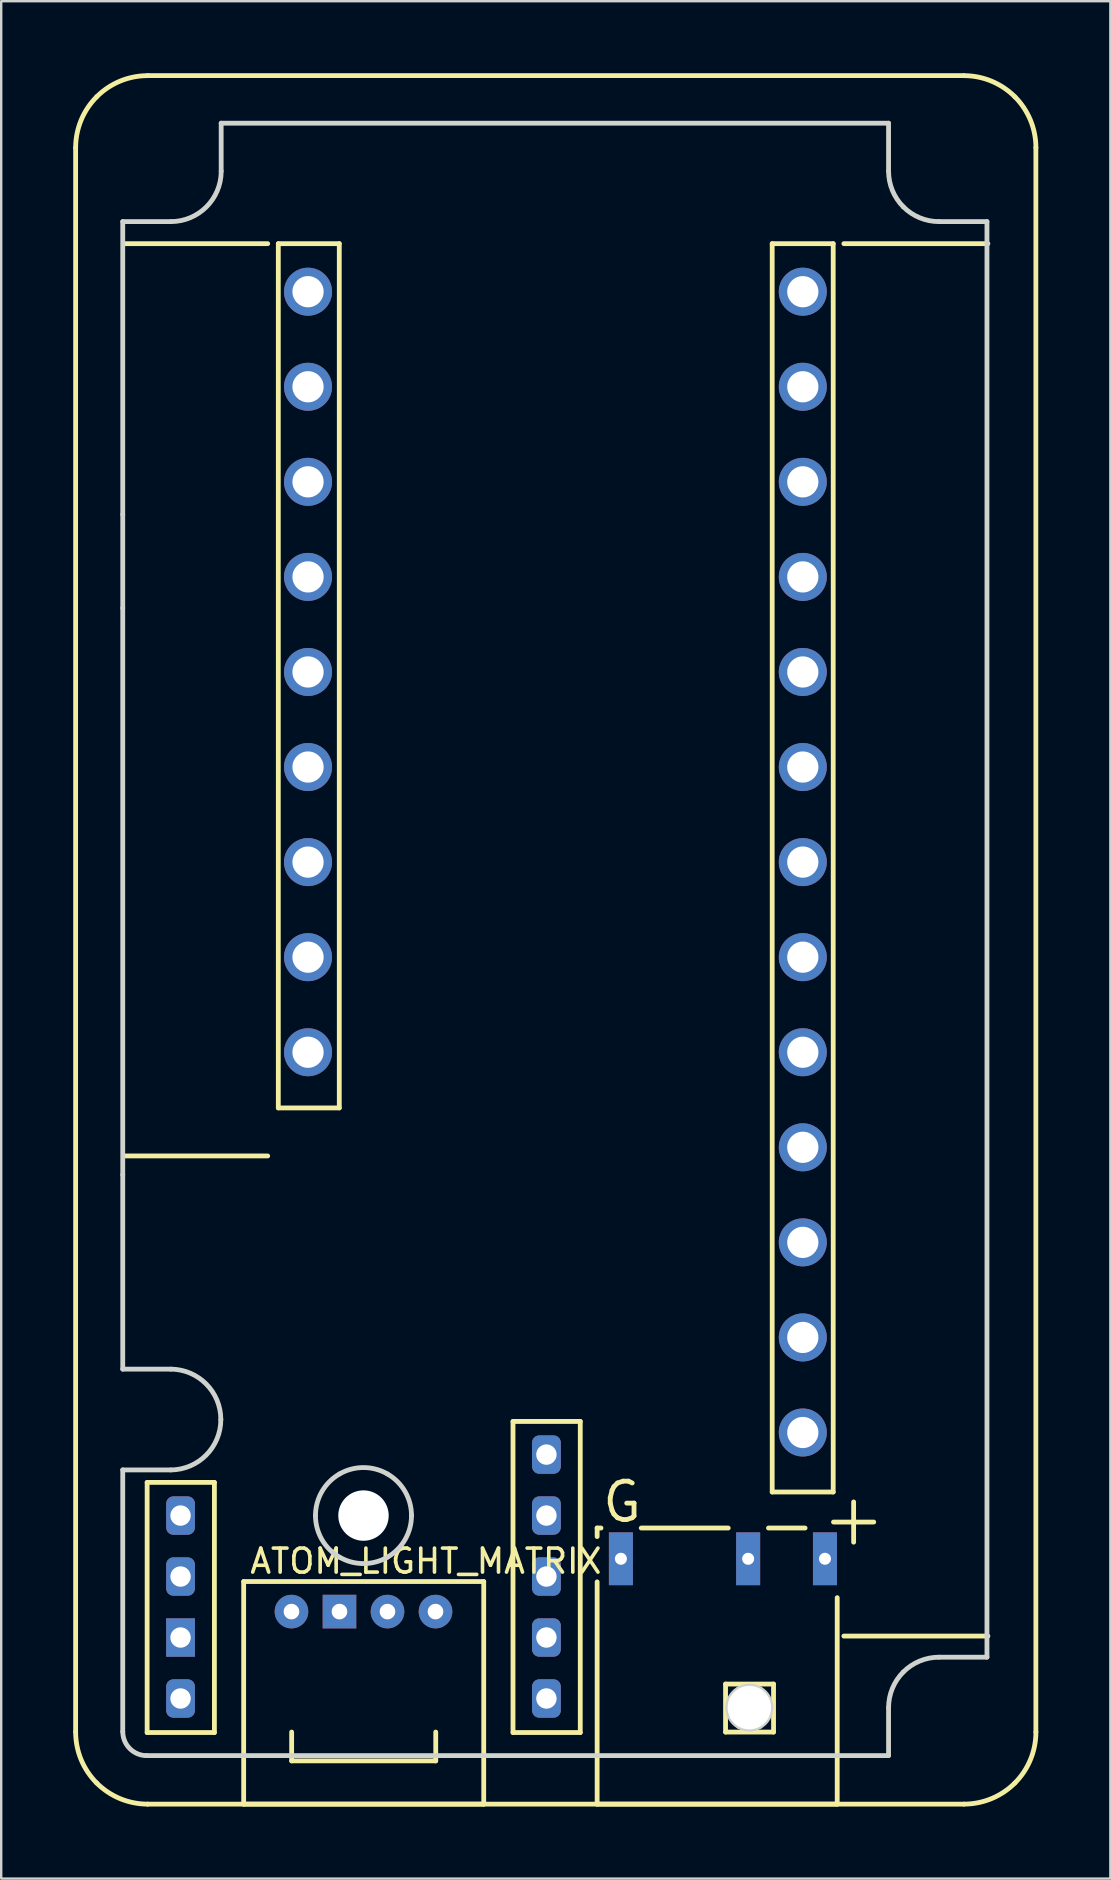
<source format=kicad_pcb>
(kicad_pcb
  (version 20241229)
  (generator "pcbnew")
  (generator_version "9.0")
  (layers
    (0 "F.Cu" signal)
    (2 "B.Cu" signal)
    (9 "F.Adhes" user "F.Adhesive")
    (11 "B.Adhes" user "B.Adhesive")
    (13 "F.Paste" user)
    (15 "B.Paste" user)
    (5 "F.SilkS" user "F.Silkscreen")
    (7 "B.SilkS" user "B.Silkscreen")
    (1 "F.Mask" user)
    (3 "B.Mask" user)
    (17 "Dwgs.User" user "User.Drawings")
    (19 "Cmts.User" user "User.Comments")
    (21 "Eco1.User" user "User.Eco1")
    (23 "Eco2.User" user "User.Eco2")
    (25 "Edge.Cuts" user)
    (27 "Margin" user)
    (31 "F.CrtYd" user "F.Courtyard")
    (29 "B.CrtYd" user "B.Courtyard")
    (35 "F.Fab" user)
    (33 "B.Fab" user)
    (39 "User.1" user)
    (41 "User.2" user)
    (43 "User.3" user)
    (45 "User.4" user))
  (footprint "ATOM_LIGHT_MATRIX"
    (layer "F.Cu")
    (at 4.471 67.701)
    (property "Reference" "ATOM_LIGHT_MATRIX" (at 10.22 -5.72 0) (layer "F.SilkS") (effects (font (size 1 1) (thickness 0.15))))
    (attr through_hole)
    (fp_line (start -4.371 1.398) (end -4.371 -64.601) (stroke (width 0.2) (type solid)) (layer "F.SilkS"))
    (fp_line (start -2.37 -60.601) (end 3.63 -60.601) (stroke (width 0.2) (type solid)) (layer "F.SilkS"))
    (fp_line (start -2.37 -22.6) (end 3.63 -22.6) (stroke (width 0.2) (type solid)) (layer "F.SilkS"))
    (fp_line (start -1.392 -9.001) (end 1.41 -9.001) (stroke (width 0.2) (type solid)) (layer "F.SilkS"))
    (fp_line (start -1.392 1.418) (end -1.392 -9.001) (stroke (width 0.2) (type solid)) (layer "F.SilkS"))
    (fp_line (start -1.392 1.418) (end 1.41 1.418) (stroke (width 0.2) (type solid)) (layer "F.SilkS"))
    (fp_line (start -1.372 -67.601) (end 32.629 -67.601) (stroke (width 0.2) (type solid)) (layer "F.SilkS"))
    (fp_line (start -1.372 4.4) (end 32.629 4.4) (stroke (width 0.2) (type solid)) (layer "F.SilkS"))
    (fp_line (start 1.41 1.418) (end 1.41 -9.001) (stroke (width 0.2) (type solid)) (layer "F.SilkS"))
    (fp_line (start 2.629 -4.871) (end 12.629 -4.871) (stroke (width 0.2) (type solid)) (layer "F.SilkS"))
    (fp_line (start 2.629 4.4) (end 2.629 -4.871) (stroke (width 0.2) (type solid)) (layer "F.SilkS"))
    (fp_line (start 2.629 4.4) (end 12.629 4.4) (stroke (width 0.2) (type solid)) (layer "F.SilkS"))
    (fp_line (start 4.072 -60.601) (end 6.612 -60.601) (stroke (width 0.2) (type solid)) (layer "F.SilkS"))
    (fp_line (start 4.072 -24.601) (end 4.072 -60.601) (stroke (width 0.2) (type solid)) (layer "F.SilkS"))
    (fp_line (start 4.072 -24.601) (end 6.612 -24.601) (stroke (width 0.2) (type solid)) (layer "F.SilkS"))
    (fp_line (start 4.628 2.599) (end 4.628 1.398) (stroke (width 0.2) (type solid)) (layer "F.SilkS"))
    (fp_line (start 4.628 2.599) (end 10.63 2.599) (stroke (width 0.2) (type solid)) (layer "F.SilkS"))
    (fp_line (start 6.612 -24.601) (end 6.612 -60.601) (stroke (width 0.2) (type solid)) (layer "F.SilkS"))
    (fp_line (start 10.63 1.398) (end 10.63 2.599) (stroke (width 0.2) (type solid)) (layer "F.SilkS"))
    (fp_line (start 12.629 -4.871) (end 12.629 4.4) (stroke (width 0.2) (type solid)) (layer "F.SilkS"))
    (fp_line (start 13.848 -11.541) (end 16.65 -11.541) (stroke (width 0.2) (type solid)) (layer "F.SilkS"))
    (fp_line (start 13.848 1.418) (end 13.848 -11.541) (stroke (width 0.2) (type solid)) (layer "F.SilkS"))
    (fp_line (start 13.848 1.418) (end 16.65 1.418) (stroke (width 0.2) (type solid)) (layer "F.SilkS"))
    (fp_line (start 16.65 1.418) (end 16.65 -11.541) (stroke (width 0.2) (type solid)) (layer "F.SilkS"))
    (fp_line (start 17.353 -7.101) (end 17.513 -7.101) (stroke (width 0.2) (type solid)) (layer "F.SilkS"))
    (fp_line (start 17.353 -6.745) (end 17.353 -7.101) (stroke (width 0.2) (type solid)) (layer "F.SilkS"))
    (fp_line (start 17.353 4.4) (end 17.353 -4.858) (stroke (width 0.2) (type solid)) (layer "F.SilkS"))
    (fp_line (start 17.353 4.4) (end 27.353 4.4) (stroke (width 0.2) (type solid)) (layer "F.SilkS"))
    (fp_line (start 17.898 -8.367) (end 17.898 -8.139) (stroke (width 0.2) (type solid)) (layer "F.SilkS"))
    (fp_line (start 17.898 -8.139) (end 17.975 -7.834) (stroke (width 0.2) (type solid)) (layer "F.SilkS"))
    (fp_line (start 17.975 -8.672) (end 17.898 -8.367) (stroke (width 0.2) (type solid)) (layer "F.SilkS"))
    (fp_line (start 17.975 -7.834) (end 18.051 -7.681) (stroke (width 0.2) (type solid)) (layer "F.SilkS"))
    (fp_line (start 18.051 -8.824) (end 17.975 -8.672) (stroke (width 0.2) (type solid)) (layer "F.SilkS"))
    (fp_line (start 18.051 -7.681) (end 18.203 -7.529) (stroke (width 0.2) (type solid)) (layer "F.SilkS"))
    (fp_line (start 18.203 -8.977) (end 18.051 -8.824) (stroke (width 0.2) (type solid)) (layer "F.SilkS"))
    (fp_line (start 18.203 -7.529) (end 18.432 -7.453) (stroke (width 0.2) (type solid)) (layer "F.SilkS"))
    (fp_line (start 18.432 -9.053) (end 18.203 -8.977) (stroke (width 0.2) (type solid)) (layer "F.SilkS"))
    (fp_line (start 18.432 -7.453) (end 18.584 -7.453) (stroke (width 0.2) (type solid)) (layer "F.SilkS"))
    (fp_line (start 18.584 -7.453) (end 18.813 -7.529) (stroke (width 0.2) (type solid)) (layer "F.SilkS"))
    (fp_line (start 18.66 -9.053) (end 18.432 -9.053) (stroke (width 0.2) (type solid)) (layer "F.SilkS"))
    (fp_line (start 18.813 -8.977) (end 18.66 -9.053) (stroke (width 0.2) (type solid)) (layer "F.SilkS"))
    (fp_line (start 18.813 -7.529) (end 18.889 -7.605) (stroke (width 0.2) (type solid)) (layer "F.SilkS"))
    (fp_line (start 18.889 -8.139) (end 18.584 -8.139) (stroke (width 0.2) (type solid)) (layer "F.SilkS"))
    (fp_line (start 18.889 -7.605) (end 18.889 -8.139) (stroke (width 0.2) (type solid)) (layer "F.SilkS"))
    (fp_line (start 19.19 -7.101) (end 22.814 -7.101) (stroke (width 0.2) (type solid)) (layer "F.SilkS"))
    (fp_line (start 22.702 -0.601) (end 24.701 -0.601) (stroke (width 0.2) (type solid)) (layer "F.SilkS"))
    (fp_line (start 22.702 1.398) (end 22.702 -0.601) (stroke (width 0.2) (type solid)) (layer "F.SilkS"))
    (fp_line (start 22.702 1.398) (end 24.701 1.398) (stroke (width 0.2) (type solid)) (layer "F.SilkS"))
    (fp_line (start 24.491 -7.101) (end 26.015 -7.101) (stroke (width 0.2) (type solid)) (layer "F.SilkS"))
    (fp_line (start 24.645 -60.601) (end 27.186 -60.601) (stroke (width 0.2) (type solid)) (layer "F.SilkS"))
    (fp_line (start 24.645 -8.602) (end 24.645 -60.601) (stroke (width 0.2) (type solid)) (layer "F.SilkS"))
    (fp_line (start 24.645 -8.602) (end 27.186 -8.602) (stroke (width 0.2) (type solid)) (layer "F.SilkS"))
    (fp_line (start 24.701 1.398) (end 24.701 -0.601) (stroke (width 0.2) (type solid)) (layer "F.SilkS"))
    (fp_line (start 27.186 -8.602) (end 27.186 -60.601) (stroke (width 0.2) (type solid)) (layer "F.SilkS"))
    (fp_line (start 27.198 -7.35) (end 28.875 -7.35) (stroke (width 0.2) (type solid)) (layer "F.SilkS"))
    (fp_line (start 27.353 4.4) (end 27.353 -4.2) (stroke (width 0.2) (type solid)) (layer "F.SilkS"))
    (fp_line (start 27.63 -60.601) (end 33.629 -60.601) (stroke (width 0.2) (type solid)) (layer "F.SilkS"))
    (fp_line (start 27.63 -2.6) (end 33.629 -2.6) (stroke (width 0.2) (type solid)) (layer "F.SilkS"))
    (fp_line (start 28.037 -6.511) (end 28.037 -8.188) (stroke (width 0.2) (type solid)) (layer "F.SilkS"))
    (fp_line (start 35.628 1.398) (end 35.628 -64.601) (stroke (width 0.2) (type solid)) (layer "F.SilkS"))
    (fp_curve (pts (xy -4.37 1.401) (xy -4.37 2.196) (xy -4.054 2.959) (xy -3.491 3.522)) (stroke (width 0.2) (type solid)) (layer "F.SilkS"))
    (fp_curve (pts (xy -3.491 -66.721) (xy -4.054 -66.158) (xy -4.37 -65.395) (xy -4.37 -64.6)) (stroke (width 0.2) (type solid)) (layer "F.SilkS"))
    (fp_curve (pts (xy -3.491 3.522) (xy -2.929 4.084) (xy -2.166 4.4) (xy -1.37 4.4)) (stroke (width 0.2) (type solid)) (layer "F.SilkS"))
    (fp_curve (pts (xy -1.37 -67.6) (xy -2.166 -67.6) (xy -2.929 -67.284) (xy -3.491 -66.721)) (stroke (width 0.2) (type solid)) (layer "F.SilkS"))
    (fp_curve (pts (xy 32.63 4.4) (xy 33.426 4.4) (xy 34.189 4.084) (xy 34.752 3.522)) (stroke (width 0.2) (type solid)) (layer "F.SilkS"))
    (fp_curve (pts (xy 34.752 -66.721) (xy 34.189 -67.284) (xy 33.426 -67.6) (xy 32.63 -67.6)) (stroke (width 0.2) (type solid)) (layer "F.SilkS"))
    (fp_curve (pts (xy 34.752 3.522) (xy 35.314 2.959) (xy 35.63 2.196) (xy 35.63 1.401)) (stroke (width 0.2) (type solid)) (layer "F.SilkS"))
    (fp_curve (pts (xy 35.63 -64.6) (xy 35.63 -65.395) (xy 35.314 -66.158) (xy 34.752 -66.721)) (stroke (width 0.2) (type solid)) (layer "F.SilkS"))
    (fp_line (start -2.408 -61.521) (end -0.409 -61.521) (stroke (width 0.2) (type solid)) (layer "Edge.Cuts"))
    (fp_line (start -2.408 -49.321) (end -2.408 -61.521) (stroke (width 0.2) (type solid)) (layer "Edge.Cuts"))
    (fp_line (start -2.408 -45.422) (end -2.408 -49.321) (stroke (width 0.2) (type solid)) (layer "Edge.Cuts"))
    (fp_line (start -2.408 -21.82) (end -2.408 -45.422) (stroke (width 0.2) (type solid)) (layer "Edge.Cuts"))
    (fp_line (start -2.408 -13.72) (end -2.408 -21.82) (stroke (width 0.2) (type solid)) (layer "Edge.Cuts"))
    (fp_line (start -2.408 -13.72) (end -0.409 -13.72) (stroke (width 0.2) (type solid)) (layer "Edge.Cuts"))
    (fp_line (start -2.408 -9.522) (end -0.409 -9.522) (stroke (width 0.2) (type solid)) (layer "Edge.Cuts"))
    (fp_line (start -2.408 1.377) (end -2.408 -9.522) (stroke (width 0.2) (type solid)) (layer "Edge.Cuts"))
    (fp_line (start -1.407 2.378) (end 29.492 2.378) (stroke (width 0.2) (type solid)) (layer "Edge.Cuts"))
    (fp_line (start 1.692 -65.62) (end 29.492 -65.62) (stroke (width 0.2) (type solid)) (layer "Edge.Cuts"))
    (fp_line (start 1.692 -63.621) (end 1.692 -65.62) (stroke (width 0.2) (type solid)) (layer "Edge.Cuts"))
    (fp_line (start 9.62 -7.62) (end 9.62 -7.62) (stroke (width 0.2) (type solid)) (layer "Edge.Cuts"))
    (fp_line (start 24.593 0.38) (end 24.593 0.38) (stroke (width 0.2) (type solid)) (layer "Edge.Cuts"))
    (fp_line (start 29.492 -63.621) (end 29.492 -65.62) (stroke (width 0.2) (type solid)) (layer "Edge.Cuts"))
    (fp_line (start 29.492 2.378) (end 29.492 0.379) (stroke (width 0.2) (type solid)) (layer "Edge.Cuts"))
    (fp_line (start 31.593 -61.521) (end 33.591 -61.521) (stroke (width 0.2) (type solid)) (layer "Edge.Cuts"))
    (fp_line (start 31.593 -1.721) (end 33.591 -1.721) (stroke (width 0.2) (type solid)) (layer "Edge.Cuts"))
    (fp_line (start 33.591 -1.721) (end 33.591 -61.521) (stroke (width 0.2) (type solid)) (layer "Edge.Cuts"))
    (fp_curve (pts (xy -2.407 1.38) (xy -2.407 1.932) (xy -1.959 2.38) (xy -1.407 2.38)) (stroke (width 0.2) (type solid)) (layer "Edge.Cuts"))
    (fp_curve (pts (xy -0.407 -61.52) (xy 0.753 -61.52) (xy 1.693 -62.46) (xy 1.693 -63.62)) (stroke (width 0.2) (type solid)) (layer "Edge.Cuts"))
    (fp_curve (pts (xy -0.407 -9.52) (xy 0.747 -9.529) (xy 1.678 -10.466) (xy 1.678 -11.62)) (stroke (width 0.2) (type solid)) (layer "Edge.Cuts"))
    (fp_curve (pts (xy 1.678 -11.62) (xy 1.678 -12.774) (xy 0.747 -13.712) (xy -0.407 -13.72)) (stroke (width 0.2) (type solid)) (layer "Edge.Cuts"))
    (fp_curve (pts (xy 5.62 -7.62) (xy 5.62 -8.335) (xy 6.001 -8.995) (xy 6.62 -9.352)) (stroke (width 0.2) (type solid)) (layer "Edge.Cuts"))
    (fp_curve (pts (xy 6.62 -9.352) (xy 7.239 -9.709) (xy 8.001 -9.709) (xy 8.62 -9.352)) (stroke (width 0.2) (type solid)) (layer "Edge.Cuts"))
    (fp_curve (pts (xy 6.62 -5.888) (xy 6.001 -6.245) (xy 5.62 -6.905) (xy 5.62 -7.62)) (stroke (width 0.2) (type solid)) (layer "Edge.Cuts"))
    (fp_curve (pts (xy 8.62 -9.352) (xy 9.239 -8.995) (xy 9.62 -8.335) (xy 9.62 -7.62)) (stroke (width 0.2) (type solid)) (layer "Edge.Cuts"))
    (fp_curve (pts (xy 8.62 -5.888) (xy 8.001 -5.531) (xy 7.239 -5.531) (xy 6.62 -5.888)) (stroke (width 0.2) (type solid)) (layer "Edge.Cuts"))
    (fp_curve (pts (xy 9.62 -7.62) (xy 9.62 -6.905) (xy 9.239 -6.245) (xy 8.62 -5.888)) (stroke (width 0.2) (type solid)) (layer "Edge.Cuts"))
    (fp_curve (pts (xy 22.793 0.38) (xy 22.793 0.058) (xy 22.965 -0.239) (xy 23.243 -0.399)) (stroke (width 0.2) (type solid)) (layer "Edge.Cuts"))
    (fp_curve (pts (xy 23.243 -0.399) (xy 23.522 -0.56) (xy 23.865 -0.56) (xy 24.143 -0.399)) (stroke (width 0.2) (type solid)) (layer "Edge.Cuts"))
    (fp_curve (pts (xy 23.243 1.159) (xy 22.965 0.999) (xy 22.793 0.702) (xy 22.793 0.38)) (stroke (width 0.2) (type solid)) (layer "Edge.Cuts"))
    (fp_curve (pts (xy 24.143 -0.399) (xy 24.422 -0.239) (xy 24.593 0.058) (xy 24.593 0.38)) (stroke (width 0.2) (type solid)) (layer "Edge.Cuts"))
    (fp_curve (pts (xy 24.143 1.159) (xy 23.865 1.32) (xy 23.522 1.32) (xy 23.243 1.159)) (stroke (width 0.2) (type solid)) (layer "Edge.Cuts"))
    (fp_curve (pts (xy 24.593 0.38) (xy 24.593 0.702) (xy 24.422 0.999) (xy 24.143 1.159)) (stroke (width 0.2) (type solid)) (layer "Edge.Cuts"))
    (fp_curve (pts (xy 29.493 -63.62) (xy 29.493 -63.063) (xy 29.714 -62.529) (xy 30.108 -62.135)) (stroke (width 0.2) (type solid)) (layer "Edge.Cuts"))
    (fp_curve (pts (xy 30.108 -62.135) (xy 30.502 -61.741) (xy 31.036 -61.52) (xy 31.593 -61.52)) (stroke (width 0.2) (type solid)) (layer "Edge.Cuts"))
    (fp_curve (pts (xy 30.108 -1.105) (xy 29.714 -0.711) (xy 29.493 -0.177) (xy 29.493 0.38)) (stroke (width 0.2) (type solid)) (layer "Edge.Cuts"))
    (fp_curve (pts (xy 31.593 -1.72) (xy 31.036 -1.72) (xy 30.502 -1.499) (xy 30.108 -1.105)) (stroke (width 0.2) (type solid)) (layer "Edge.Cuts"))
    (pad "" np_thru_hole circle (at 7.62 -7.62) (size 2.1 2.1) (drill 2.1) (layers "*.Cu" "*.Mask"))
    (pad "" np_thru_hole circle (at 23.693 0.38) (size 1.81 1.81) (drill 1.81) (layers "*.Cu" "*.Mask"))
    (pad "1" thru_hole roundrect (at 0 -7.62) (size 1.2 1.6) (drill 0.85) (layers "*.Cu" "*.Mask") (roundrect_rratio 0.25))
    (pad "2" thru_hole roundrect (at 0 -5.08) (size 1.2 1.6) (drill 0.85) (layers "*.Cu" "*.Mask") (roundrect_rratio 0.25))
    (pad "3" thru_hole rect (at 0 -2.54) (size 1.2 1.6) (drill 0.85) (layers "*.Cu" "*.Mask"))
    (pad "4" thru_hole roundrect (at 0 0) (size 1.2 1.6) (drill 0.85) (layers "*.Cu" "*.Mask") (roundrect_rratio 0.25))
    (pad "5" thru_hole roundrect (at 15.24 0) (size 1.2 1.6) (drill 0.85) (layers "*.Cu" "*.Mask") (roundrect_rratio 0.25))
    (pad "6" thru_hole roundrect (at 15.24 -2.54) (size 1.2 1.6) (drill 0.85) (layers "*.Cu" "*.Mask") (roundrect_rratio 0.25))
    (pad "7" thru_hole roundrect (at 15.24 -5.08) (size 1.2 1.6) (drill 0.85) (layers "*.Cu" "*.Mask") (roundrect_rratio 0.25))
    (pad "8" thru_hole roundrect (at 15.24 -7.62) (size 1.2 1.6) (drill 0.85) (layers "*.Cu" "*.Mask") (roundrect_rratio 0.25))
    (pad "9" thru_hole roundrect (at 15.24 -10.16) (size 1.2 1.6) (drill 0.85) (layers "*.Cu" "*.Mask") (roundrect_rratio 0.25))
    (pad "10" thru_hole circle (at 4.62 -3.62) (size 1.4 1.4) (drill 0.65) (layers "*.Cu" "*.Mask"))
    (pad "11" thru_hole rect (at 6.62 -3.62) (size 1.4 1.4) (drill 0.65) (layers "*.Cu" "*.Mask"))
    (pad "12" thru_hole circle (at 8.62 -3.62) (size 1.4 1.4) (drill 0.65) (layers "*.Cu" "*.Mask"))
    (pad "13" thru_hole circle (at 10.62 -3.62) (size 1.4 1.4) (drill 0.65) (layers "*.Cu" "*.Mask"))
    (pad "14" thru_hole rect (at 18.343 -5.82) (size 1 2.2) (drill 0.5) (layers "*.Cu" "*.Mask"))
    (pad "15" thru_hole rect (at 26.843 -5.82) (size 1 2.2) (drill 0.5) (layers "*.Cu" "*.Mask"))
    (pad "16" thru_hole rect (at 23.643 -5.82) (size 1 2.2) (drill 0.5) (layers "*.Cu" "*.Mask"))
    (pad "17" thru_hole circle (at 25.92 -11.08) (size 2 2) (drill 1.3) (layers "*.Cu" "*.Mask"))
    (pad "18" thru_hole circle (at 25.92 -15.04) (size 2 2) (drill 1.3) (layers "*.Cu" "*.Mask"))
    (pad "19" thru_hole circle (at 25.92 -19) (size 2 2) (drill 1.3) (layers "*.Cu" "*.Mask"))
    (pad "20" thru_hole circle (at 25.92 -22.96) (size 2 2) (drill 1.3) (layers "*.Cu" "*.Mask"))
    (pad "21" thru_hole circle (at 25.92 -26.92) (size 2 2) (drill 1.3) (layers "*.Cu" "*.Mask"))
    (pad "22" thru_hole circle (at 25.92 -30.88) (size 2 2) (drill 1.3) (layers "*.Cu" "*.Mask"))
    (pad "23" thru_hole circle (at 25.92 -34.84) (size 2 2) (drill 1.3) (layers "*.Cu" "*.Mask"))
    (pad "24" thru_hole circle (at 25.92 -38.8) (size 2 2) (drill 1.3) (layers "*.Cu" "*.Mask"))
    (pad "25" thru_hole circle (at 25.92 -42.76) (size 2 2) (drill 1.3) (layers "*.Cu" "*.Mask"))
    (pad "26" thru_hole circle (at 25.92 -46.72) (size 2 2) (drill 1.3) (layers "*.Cu" "*.Mask"))
    (pad "27" thru_hole circle (at 25.92 -50.68) (size 2 2) (drill 1.3) (layers "*.Cu" "*.Mask"))
    (pad "28" thru_hole circle (at 25.92 -54.64) (size 2 2) (drill 1.3) (layers "*.Cu" "*.Mask"))
    (pad "29" thru_hole circle (at 25.92 -58.6) (size 2 2) (drill 1.3) (layers "*.Cu" "*.Mask"))
    (pad "30" thru_hole circle (at 5.31 -26.92) (size 2 2) (drill 1.3) (layers "*.Cu" "*.Mask"))
    (pad "31" thru_hole circle (at 5.31 -30.88) (size 2 2) (drill 1.3) (layers "*.Cu" "*.Mask"))
    (pad "32" thru_hole circle (at 5.31 -34.84) (size 2 2) (drill 1.3) (layers "*.Cu" "*.Mask"))
    (pad "33" thru_hole circle (at 5.31 -38.8) (size 2 2) (drill 1.3) (layers "*.Cu" "*.Mask"))
    (pad "34" thru_hole circle (at 5.31 -42.76) (size 2 2) (drill 1.3) (layers "*.Cu" "*.Mask"))
    (pad "35" thru_hole circle (at 5.31 -46.72) (size 2 2) (drill 1.3) (layers "*.Cu" "*.Mask"))
    (pad "36" thru_hole circle (at 5.31 -50.68) (size 2 2) (drill 1.3) (layers "*.Cu" "*.Mask"))
    (pad "37" thru_hole circle (at 5.31 -54.64) (size 2 2) (drill 1.3) (layers "*.Cu" "*.Mask"))
    (pad "38" thru_hole circle (at 5.31 -58.6) (size 2 2) (drill 1.3) (layers "*.Cu" "*.Mask")))
  (gr_rect
    (start -3 -3)
    (end 43.202 75.202)
    (stroke (width 0.1) (type default))
    (fill no)
    (layer "Edge.Cuts")))
</source>
